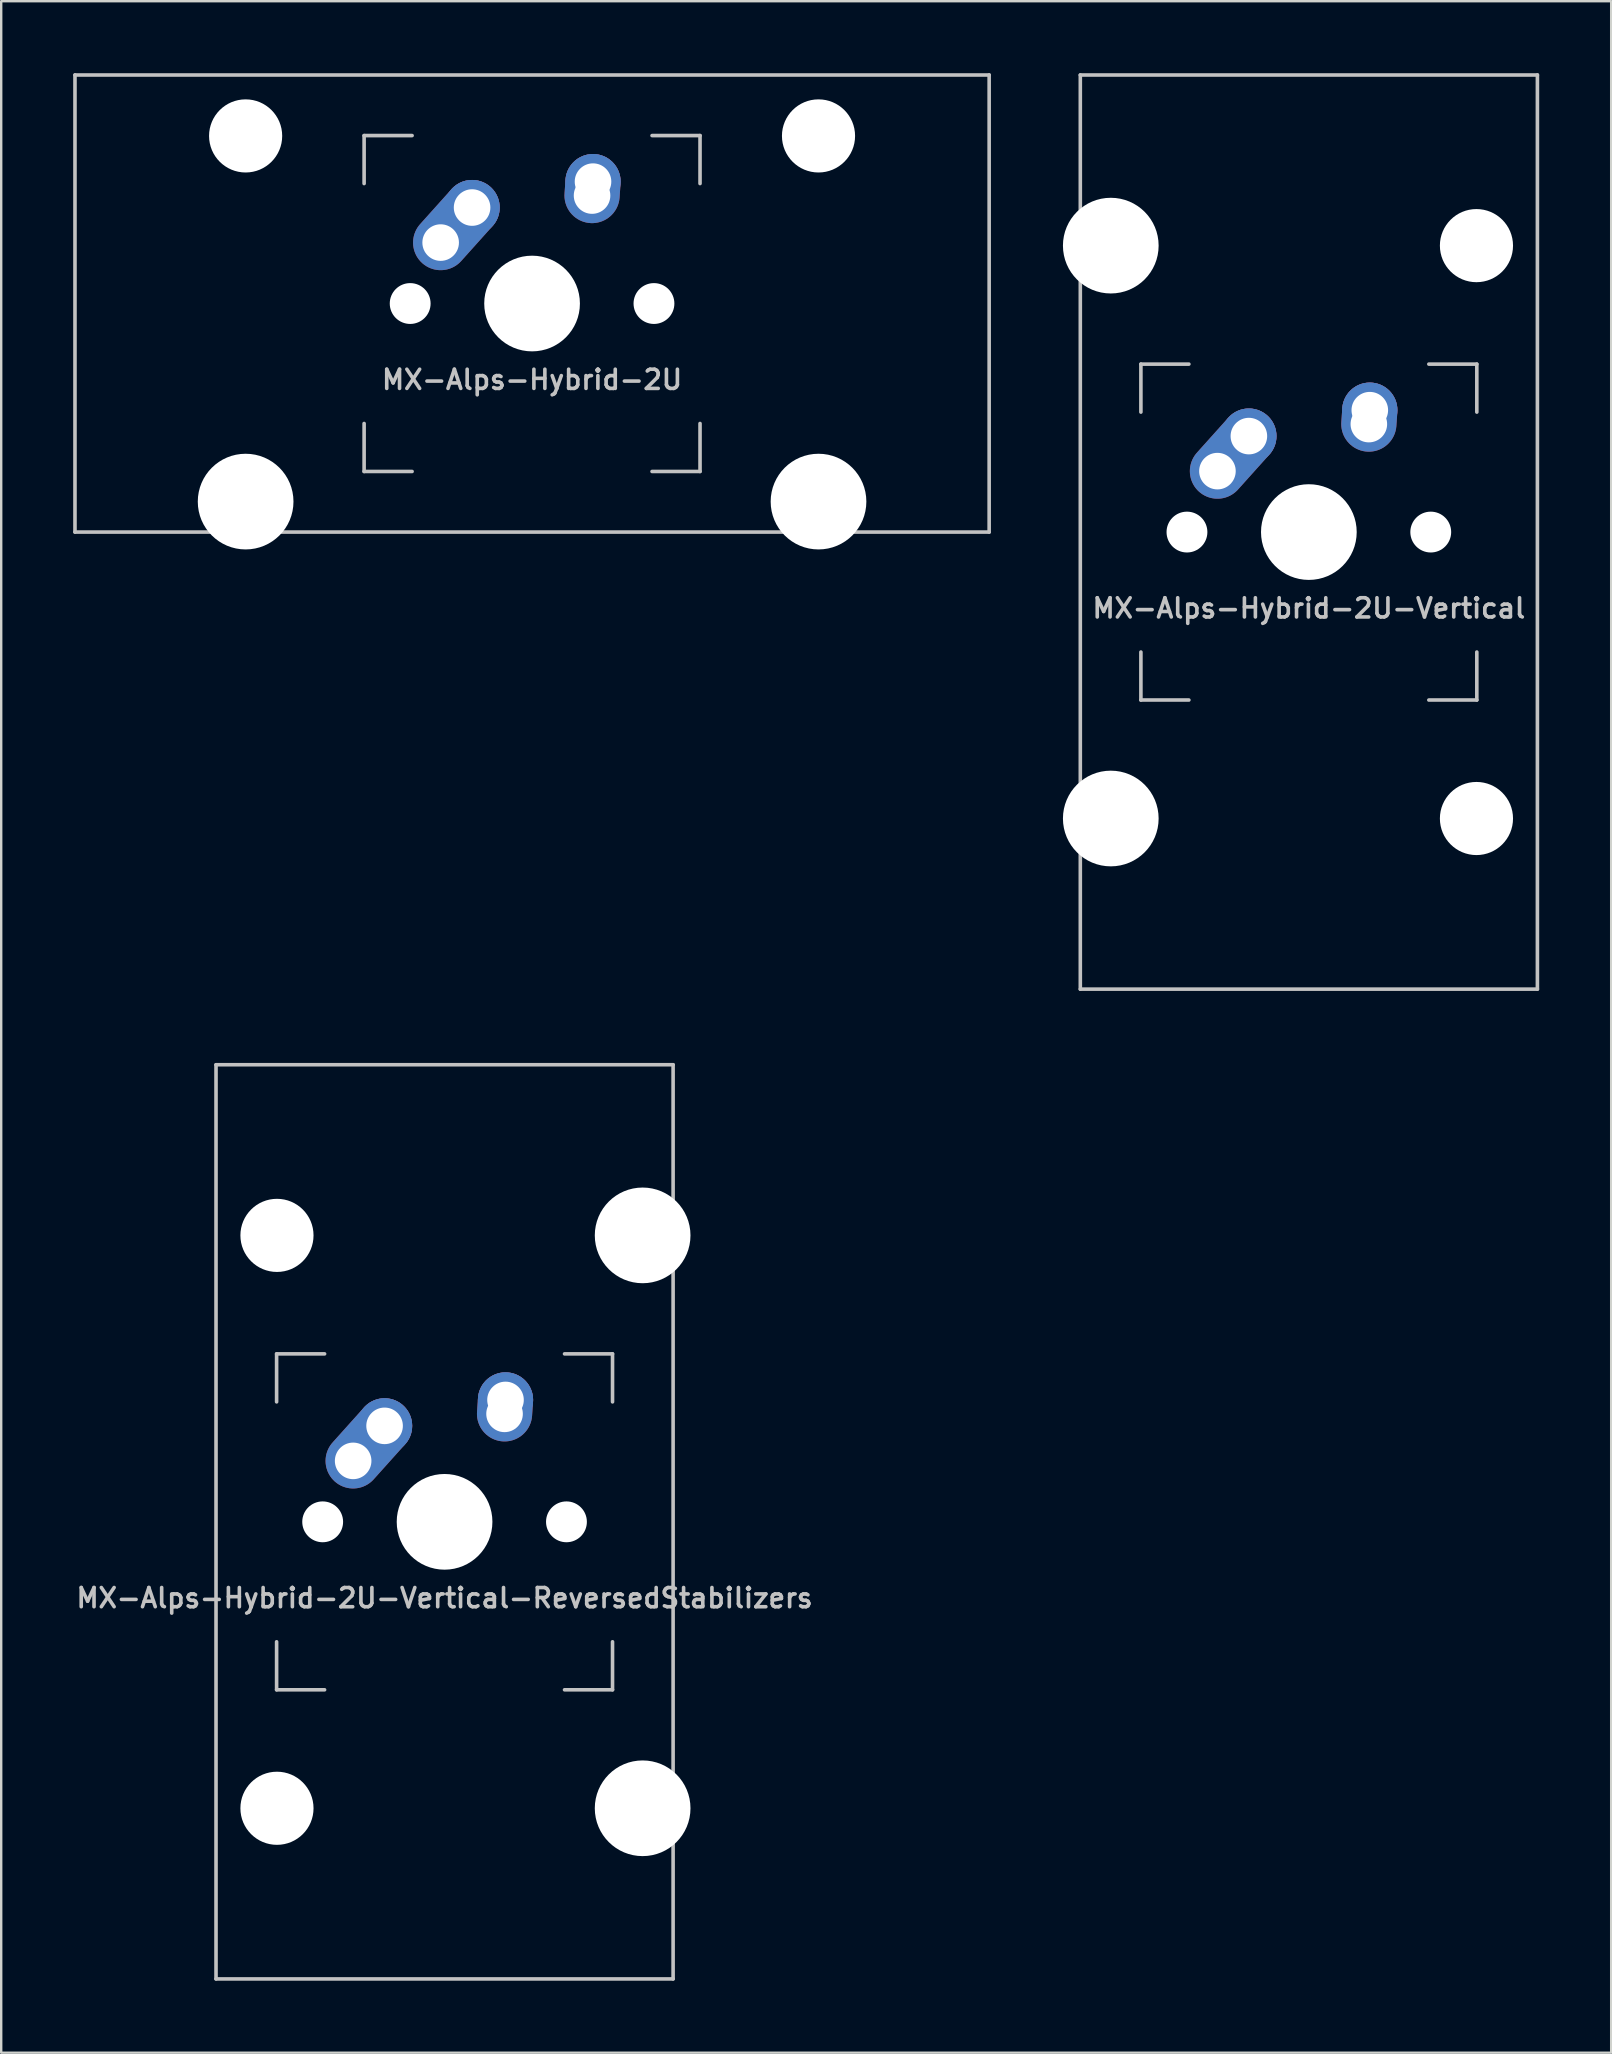
<source format=kicad_pcb>
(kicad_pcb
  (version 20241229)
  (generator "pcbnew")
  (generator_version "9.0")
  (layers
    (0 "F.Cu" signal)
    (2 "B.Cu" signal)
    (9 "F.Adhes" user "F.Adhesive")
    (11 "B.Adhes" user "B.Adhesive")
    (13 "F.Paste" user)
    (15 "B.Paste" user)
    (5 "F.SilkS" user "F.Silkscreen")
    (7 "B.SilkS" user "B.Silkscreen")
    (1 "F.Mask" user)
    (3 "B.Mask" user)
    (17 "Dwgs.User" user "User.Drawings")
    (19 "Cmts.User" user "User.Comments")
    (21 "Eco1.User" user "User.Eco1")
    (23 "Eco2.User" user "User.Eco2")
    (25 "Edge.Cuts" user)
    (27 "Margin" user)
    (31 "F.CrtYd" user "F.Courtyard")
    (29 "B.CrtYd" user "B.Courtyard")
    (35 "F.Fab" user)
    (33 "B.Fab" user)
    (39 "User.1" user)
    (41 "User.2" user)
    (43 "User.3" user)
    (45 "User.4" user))
  (footprint "MX-Alps-Hybrid-2U-Vertical"
    (layer "F.Cu")
    (at 51.499 19.125)
    (property "Reference" "MX-Alps-Hybrid-2U-Vertical" (at 0 3.175 0) (layer "Dwgs.User") (effects (font (size 0.8 0.8) (thickness 0.15))))
    (attr through_hole)
    (fp_line (start -9.525 19.05) (end -9.525 -19.05) (stroke (width 0.15) (type solid)) (layer "Dwgs.User"))
    (fp_line (start -7 -7) (end -7 -5) (stroke (width 0.15) (type solid)) (layer "Dwgs.User"))
    (fp_line (start -7 5) (end -7 7) (stroke (width 0.15) (type solid)) (layer "Dwgs.User"))
    (fp_line (start -7 7) (end -5 7) (stroke (width 0.15) (type solid)) (layer "Dwgs.User"))
    (fp_line (start -5 -7) (end -7 -7) (stroke (width 0.15) (type solid)) (layer "Dwgs.User"))
    (fp_line (start 5 -7) (end 7 -7) (stroke (width 0.15) (type solid)) (layer "Dwgs.User"))
    (fp_line (start 5 7) (end 7 7) (stroke (width 0.15) (type solid)) (layer "Dwgs.User"))
    (fp_line (start 7 -7) (end 7 -5) (stroke (width 0.15) (type solid)) (layer "Dwgs.User"))
    (fp_line (start 7 7) (end 7 5) (stroke (width 0.15) (type solid)) (layer "Dwgs.User"))
    (fp_line (start 9.525 -19.05) (end -9.525 -19.05) (stroke (width 0.15) (type solid)) (layer "Dwgs.User"))
    (fp_line (start 9.525 19.05) (end -9.525 19.05) (stroke (width 0.15) (type solid)) (layer "Dwgs.User"))
    (fp_line (start 9.525 19.05) (end 9.525 -19.05) (stroke (width 0.15) (type solid)) (layer "Dwgs.User"))
    (pad "" np_thru_hole circle (at -8.255 -11.938) (size 3.988 3.988) (drill 3.988) (layers "*.Cu" "*.Mask"))
    (pad "" np_thru_hole circle (at -8.255 11.938) (size 3.988 3.988) (drill 3.988) (layers "*.Cu" "*.Mask"))
    (pad "" np_thru_hole circle (at -5.08 0 48.099) (size 1.702 1.702) (drill 1.702) (layers "*.Cu" "*.Mask"))
    (pad "" np_thru_hole circle (at 0 0) (size 3.988 3.988) (drill 3.988) (layers "*.Cu" "*.Mask"))
    (pad "" np_thru_hole circle (at 5.08 0 48.099) (size 1.702 1.702) (drill 1.702) (layers "*.Cu" "*.Mask"))
    (pad "" np_thru_hole circle (at 6.985 -11.938) (size 3.048 3.048) (drill 3.048) (layers "*.Cu" "*.Mask"))
    (pad "" np_thru_hole circle (at 6.985 11.938) (size 3.048 3.048) (drill 3.048) (layers "*.Cu" "*.Mask"))
    (pad "1" thru_hole oval (at -3.81 -2.54 48.099) (size 4.262 2.3) (drill 1.524 (offset 0.981 0)) (layers "*.Cu" "B.Mask"))
    (pad "1" thru_hole circle (at -2.5 -4) (size 2.3 2.3) (drill 1.524) (layers "*.Cu" "B.Mask"))
    (pad "2" thru_hole oval (at 2.5 -4.5 86.054) (size 2.881 2.3) (drill 1.524 (offset 0.291 0)) (layers "*.Cu" "B.Mask"))
    (pad "2" thru_hole circle (at 2.54 -5.08) (size 2.3 2.3) (drill 1.524) (layers "*.Cu" "B.Mask")))
  (footprint "MX-Alps-Hybrid-2U"
    (layer "F.Cu")
    (at 19.125 9.6)
    (property "Reference" "MX-Alps-Hybrid-2U" (at 0 3.175 0) (layer "Dwgs.User") (effects (font (size 0.8 0.8) (thickness 0.15))))
    (attr through_hole)
    (fp_line (start -19.05 9.525) (end -19.05 -9.525) (stroke (width 0.15) (type solid)) (layer "Dwgs.User"))
    (fp_line (start -7 -7) (end -7 -5) (stroke (width 0.15) (type solid)) (layer "Dwgs.User"))
    (fp_line (start -7 5) (end -7 7) (stroke (width 0.15) (type solid)) (layer "Dwgs.User"))
    (fp_line (start -7 7) (end -5 7) (stroke (width 0.15) (type solid)) (layer "Dwgs.User"))
    (fp_line (start -5 -7) (end -7 -7) (stroke (width 0.15) (type solid)) (layer "Dwgs.User"))
    (fp_line (start 5 -7) (end 7 -7) (stroke (width 0.15) (type solid)) (layer "Dwgs.User"))
    (fp_line (start 5 7) (end 7 7) (stroke (width 0.15) (type solid)) (layer "Dwgs.User"))
    (fp_line (start 7 -7) (end 7 -5) (stroke (width 0.15) (type solid)) (layer "Dwgs.User"))
    (fp_line (start 7 7) (end 7 5) (stroke (width 0.15) (type solid)) (layer "Dwgs.User"))
    (fp_line (start 19.05 -9.525) (end -19.05 -9.525) (stroke (width 0.15) (type solid)) (layer "Dwgs.User"))
    (fp_line (start 19.05 9.525) (end -19.05 9.525) (stroke (width 0.15) (type solid)) (layer "Dwgs.User"))
    (fp_line (start 19.05 9.525) (end 19.05 -9.525) (stroke (width 0.15) (type solid)) (layer "Dwgs.User"))
    (pad "" np_thru_hole circle (at -11.938 -6.985) (size 3.048 3.048) (drill 3.048) (layers "*.Cu" "*.Mask"))
    (pad "" np_thru_hole circle (at -11.938 8.255) (size 3.988 3.988) (drill 3.988) (layers "*.Cu" "*.Mask"))
    (pad "" np_thru_hole circle (at -5.08 0 48.099) (size 1.702 1.702) (drill 1.702) (layers "*.Cu" "*.Mask"))
    (pad "" np_thru_hole circle (at 0 0) (size 3.988 3.988) (drill 3.988) (layers "*.Cu" "*.Mask"))
    (pad "" np_thru_hole circle (at 5.08 0 48.099) (size 1.702 1.702) (drill 1.702) (layers "*.Cu" "*.Mask"))
    (pad "" np_thru_hole circle (at 11.938 -6.985) (size 3.048 3.048) (drill 3.048) (layers "*.Cu" "*.Mask"))
    (pad "" np_thru_hole circle (at 11.938 8.255) (size 3.988 3.988) (drill 3.988) (layers "*.Cu" "*.Mask"))
    (pad "1" thru_hole oval (at -3.81 -2.54 48.099) (size 4.262 2.3) (drill 1.524 (offset 0.981 0)) (layers "*.Cu" "B.Mask"))
    (pad "1" thru_hole circle (at -2.5 -4) (size 2.3 2.3) (drill 1.524) (layers "*.Cu" "B.Mask"))
    (pad "2" thru_hole oval (at 2.5 -4.5 86.054) (size 2.881 2.3) (drill 1.524 (offset 0.291 0)) (layers "*.Cu" "B.Mask"))
    (pad "2" thru_hole circle (at 2.54 -5.08) (size 2.3 2.3) (drill 1.524) (layers "*.Cu" "B.Mask")))
  (footprint "MX-Alps-Hybrid-2U-Vertical-ReversedStabilizers"
    (layer "F.Cu")
    (at 15.478 60.375)
    (property "Reference" "MX-Alps-Hybrid-2U-Vertical-ReversedStabilizers" (at 0 3.175 0) (layer "Dwgs.User") (effects (font (size 0.8 0.8) (thickness 0.15))))
    (attr through_hole)
    (fp_line (start -9.525 19.05) (end -9.525 -19.05) (stroke (width 0.15) (type solid)) (layer "Dwgs.User"))
    (fp_line (start -7 -7) (end -7 -5) (stroke (width 0.15) (type solid)) (layer "Dwgs.User"))
    (fp_line (start -7 5) (end -7 7) (stroke (width 0.15) (type solid)) (layer "Dwgs.User"))
    (fp_line (start -7 7) (end -5 7) (stroke (width 0.15) (type solid)) (layer "Dwgs.User"))
    (fp_line (start -5 -7) (end -7 -7) (stroke (width 0.15) (type solid)) (layer "Dwgs.User"))
    (fp_line (start 5 -7) (end 7 -7) (stroke (width 0.15) (type solid)) (layer "Dwgs.User"))
    (fp_line (start 5 7) (end 7 7) (stroke (width 0.15) (type solid)) (layer "Dwgs.User"))
    (fp_line (start 7 -7) (end 7 -5) (stroke (width 0.15) (type solid)) (layer "Dwgs.User"))
    (fp_line (start 7 7) (end 7 5) (stroke (width 0.15) (type solid)) (layer "Dwgs.User"))
    (fp_line (start 9.525 -19.05) (end -9.525 -19.05) (stroke (width 0.15) (type solid)) (layer "Dwgs.User"))
    (fp_line (start 9.525 19.05) (end -9.525 19.05) (stroke (width 0.15) (type solid)) (layer "Dwgs.User"))
    (fp_line (start 9.525 19.05) (end 9.525 -19.05) (stroke (width 0.15) (type solid)) (layer "Dwgs.User"))
    (pad "" np_thru_hole circle (at -6.985 -11.938) (size 3.048 3.048) (drill 3.048) (layers "*.Cu" "*.Mask"))
    (pad "" np_thru_hole circle (at -6.985 11.938) (size 3.048 3.048) (drill 3.048) (layers "*.Cu" "*.Mask"))
    (pad "" np_thru_hole circle (at -5.08 0 48.099) (size 1.702 1.702) (drill 1.702) (layers "*.Cu" "*.Mask"))
    (pad "" np_thru_hole circle (at 0 0) (size 3.988 3.988) (drill 3.988) (layers "*.Cu" "*.Mask"))
    (pad "" np_thru_hole circle (at 5.08 0 48.099) (size 1.702 1.702) (drill 1.702) (layers "*.Cu" "*.Mask"))
    (pad "" np_thru_hole circle (at 8.255 -11.938) (size 3.988 3.988) (drill 3.988) (layers "*.Cu" "*.Mask"))
    (pad "" np_thru_hole circle (at 8.255 11.938) (size 3.988 3.988) (drill 3.988) (layers "*.Cu" "*.Mask"))
    (pad "1" thru_hole oval (at -3.81 -2.54 48.099) (size 4.262 2.3) (drill 1.524 (offset 0.981 0)) (layers "*.Cu" "B.Mask"))
    (pad "1" thru_hole circle (at -2.5 -4) (size 2.3 2.3) (drill 1.524) (layers "*.Cu" "B.Mask"))
    (pad "2" thru_hole oval (at 2.5 -4.5 86.054) (size 2.881 2.3) (drill 1.524 (offset 0.291 0)) (layers "*.Cu" "B.Mask"))
    (pad "2" thru_hole circle (at 2.54 -5.08) (size 2.3 2.3) (drill 1.524) (layers "*.Cu" "B.Mask")))
  (gr_rect
    (start -3 -3)
    (end 64.099 82.5)
    (stroke (width 0.1) (type default))
    (fill no)
    (layer "Edge.Cuts")))
</source>
